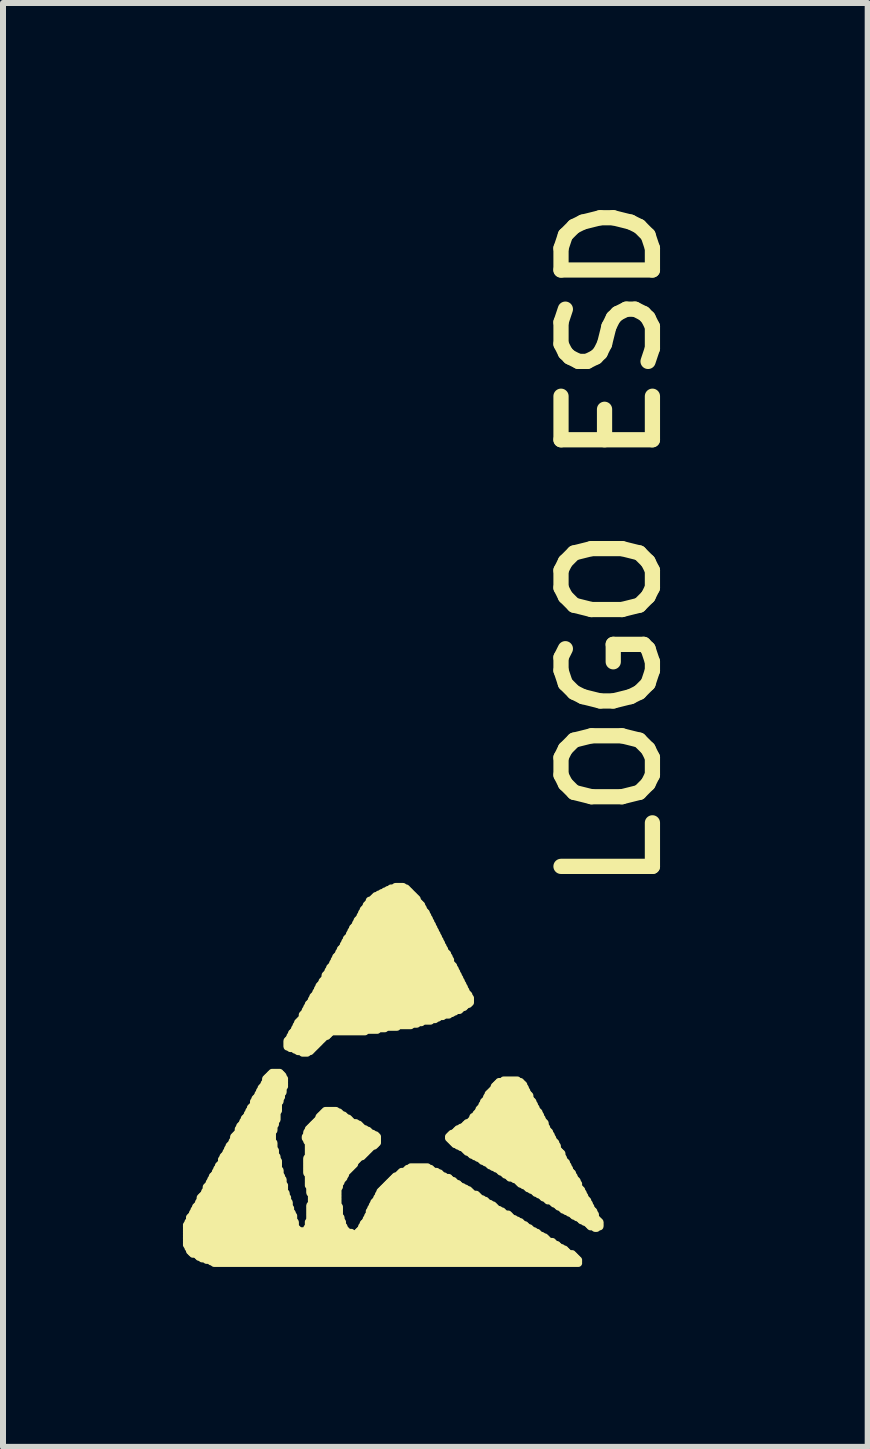
<source format=kicad_pcb>
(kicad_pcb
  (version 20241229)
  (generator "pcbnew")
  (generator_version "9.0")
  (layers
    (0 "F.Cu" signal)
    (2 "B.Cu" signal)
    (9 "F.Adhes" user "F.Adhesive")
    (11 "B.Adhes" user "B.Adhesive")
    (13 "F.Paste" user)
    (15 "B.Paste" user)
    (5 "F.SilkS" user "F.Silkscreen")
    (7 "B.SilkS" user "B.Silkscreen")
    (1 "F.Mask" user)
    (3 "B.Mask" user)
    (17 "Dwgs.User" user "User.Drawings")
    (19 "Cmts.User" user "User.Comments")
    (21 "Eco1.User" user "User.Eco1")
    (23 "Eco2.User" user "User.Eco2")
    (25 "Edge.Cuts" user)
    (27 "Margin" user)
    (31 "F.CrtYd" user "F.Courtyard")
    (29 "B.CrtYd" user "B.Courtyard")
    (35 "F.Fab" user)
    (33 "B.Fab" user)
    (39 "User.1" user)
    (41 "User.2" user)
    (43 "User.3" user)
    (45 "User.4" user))
  (footprint "LOGO ESD"
    (layer "F.Cu")
    (at 3.289 15.416)
    (property "Reference" "LOGO ESD" (at 4.737 -3.493 90) (unlocked yes) (layer "F.SilkS") (effects (font (size 1.524 1.524) (thickness 0.254)) (justify left bottom)))
    (fp_line (start -1.803 0.406) (end -2.362 0.406) (stroke (width 0.127) (type solid)) (layer "F.SilkS"))
    (fp_line (start -1.803 0.432) (end -2.388 0.432) (stroke (width 0.127) (type solid)) (layer "F.SilkS"))
    (fp_line (start -1.803 0.457) (end -2.413 0.457) (stroke (width 0.127) (type solid)) (layer "F.SilkS"))
    (fp_line (start -1.803 0.483) (end -2.438 0.483) (stroke (width 0.127) (type solid)) (layer "F.SilkS"))
    (fp_line (start -1.803 0.508) (end -2.438 0.508) (stroke (width 0.127) (type solid)) (layer "F.SilkS"))
    (fp_line (start -1.803 0.533) (end -2.438 0.533) (stroke (width 0.127) (type solid)) (layer "F.SilkS"))
    (fp_line (start -1.803 0.559) (end -2.464 0.559) (stroke (width 0.127) (type solid)) (layer "F.SilkS"))
    (fp_line (start -1.778 0.305) (end -2.337 0.305) (stroke (width 0.127) (type solid)) (layer "F.SilkS"))
    (fp_line (start -1.778 0.33) (end -2.337 0.33) (stroke (width 0.127) (type solid)) (layer "F.SilkS"))
    (fp_line (start -1.778 0.356) (end -2.362 0.356) (stroke (width 0.127) (type solid)) (layer "F.SilkS"))
    (fp_line (start -1.778 0.381) (end -2.362 0.381) (stroke (width 0.127) (type solid)) (layer "F.SilkS"))
    (fp_line (start -1.778 0.584) (end -2.464 0.584) (stroke (width 0.127) (type solid)) (layer "F.SilkS"))
    (fp_line (start -1.778 0.61) (end -2.489 0.61) (stroke (width 0.127) (type solid)) (layer "F.SilkS"))
    (fp_line (start -1.778 0.635) (end -2.515 0.635) (stroke (width 0.127) (type solid)) (layer "F.SilkS"))
    (fp_line (start -1.778 0.66) (end -2.515 0.66) (stroke (width 0.127) (type solid)) (layer "F.SilkS"))
    (fp_line (start -1.778 0.686) (end -2.54 0.686) (stroke (width 0.127) (type solid)) (layer "F.SilkS"))
    (fp_line (start -1.753 0.229) (end -2.286 0.229) (stroke (width 0.127) (type solid)) (layer "F.SilkS"))
    (fp_line (start -1.753 0.254) (end -2.286 0.254) (stroke (width 0.127) (type solid)) (layer "F.SilkS"))
    (fp_line (start -1.753 0.279) (end -2.311 0.279) (stroke (width 0.127) (type solid)) (layer "F.SilkS"))
    (fp_line (start -1.753 0.711) (end -2.54 0.711) (stroke (width 0.127) (type solid)) (layer "F.SilkS"))
    (fp_line (start -1.753 0.737) (end -2.565 0.737) (stroke (width 0.127) (type solid)) (layer "F.SilkS"))
    (fp_line (start -1.753 0.762) (end -2.565 0.762) (stroke (width 0.127) (type solid)) (layer "F.SilkS"))
    (fp_line (start -1.753 0.787) (end -2.591 0.787) (stroke (width 0.127) (type solid)) (layer "F.SilkS"))
    (fp_line (start -1.727 0.076) (end -2.184 0.076) (stroke (width 0.127) (type solid)) (layer "F.SilkS"))
    (fp_line (start -1.727 0.102) (end -2.21 0.102) (stroke (width 0.127) (type solid)) (layer "F.SilkS"))
    (fp_line (start -1.727 0.127) (end -2.21 0.127) (stroke (width 0.127) (type solid)) (layer "F.SilkS"))
    (fp_line (start -1.727 0.152) (end -2.235 0.152) (stroke (width 0.127) (type solid)) (layer "F.SilkS"))
    (fp_line (start -1.727 0.178) (end -2.261 0.178) (stroke (width 0.127) (type solid)) (layer "F.SilkS"))
    (fp_line (start -1.727 0.203) (end -2.261 0.203) (stroke (width 0.127) (type solid)) (layer "F.SilkS"))
    (fp_line (start -1.727 0.813) (end -2.616 0.813) (stroke (width 0.127) (type solid)) (layer "F.SilkS"))
    (fp_line (start -1.727 0.838) (end -2.616 0.838) (stroke (width 0.127) (type solid)) (layer "F.SilkS"))
    (fp_line (start -1.727 0.864) (end -2.642 0.864) (stroke (width 0.127) (type solid)) (layer "F.SilkS"))
    (fp_line (start -1.702 -0.076) (end -2.108 -0.076) (stroke (width 0.127) (type solid)) (layer "F.SilkS"))
    (fp_line (start -1.702 -0.051) (end -2.108 -0.051) (stroke (width 0.127) (type solid)) (layer "F.SilkS"))
    (fp_line (start -1.702 -0.025) (end -2.134 -0.025) (stroke (width 0.127) (type solid)) (layer "F.SilkS"))
    (fp_line (start -1.702 0) (end -2.159 0) (stroke (width 0.127) (type solid)) (layer "F.SilkS"))
    (fp_line (start -1.702 0.025) (end -2.159 0.025) (stroke (width 0.127) (type solid)) (layer "F.SilkS"))
    (fp_line (start -1.702 0.051) (end -2.184 0.051) (stroke (width 0.127) (type solid)) (layer "F.SilkS"))
    (fp_line (start -1.702 0.889) (end -2.642 0.889) (stroke (width 0.127) (type solid)) (layer "F.SilkS"))
    (fp_line (start -1.702 0.914) (end -2.642 0.914) (stroke (width 0.127) (type solid)) (layer "F.SilkS"))
    (fp_line (start -1.702 0.94) (end -2.667 0.94) (stroke (width 0.127) (type solid)) (layer "F.SilkS"))
    (fp_line (start -1.702 0.965) (end -2.692 0.965) (stroke (width 0.127) (type solid)) (layer "F.SilkS"))
    (fp_line (start -1.702 0.991) (end -2.692 0.991) (stroke (width 0.127) (type solid)) (layer "F.SilkS"))
    (fp_line (start -1.702 1.016) (end -2.718 1.016) (stroke (width 0.127) (type solid)) (layer "F.SilkS"))
    (fp_line (start -1.676 -0.584) (end -1.803 -0.584) (stroke (width 0.127) (type solid)) (layer "F.SilkS"))
    (fp_line (start -1.676 -0.152) (end -2.083 -0.152) (stroke (width 0.127) (type solid)) (layer "F.SilkS"))
    (fp_line (start -1.676 -0.127) (end -2.083 -0.127) (stroke (width 0.127) (type solid)) (layer "F.SilkS"))
    (fp_line (start -1.676 -0.102) (end -2.108 -0.102) (stroke (width 0.127) (type solid)) (layer "F.SilkS"))
    (fp_line (start -1.676 1.041) (end -2.718 1.041) (stroke (width 0.127) (type solid)) (layer "F.SilkS"))
    (fp_line (start -1.676 1.067) (end -2.743 1.067) (stroke (width 0.127) (type solid)) (layer "F.SilkS"))
    (fp_line (start -1.676 1.092) (end -2.743 1.092) (stroke (width 0.127) (type solid)) (layer "F.SilkS"))
    (fp_line (start -1.676 1.118) (end -2.769 1.118) (stroke (width 0.127) (type solid)) (layer "F.SilkS"))
    (fp_line (start -1.651 -0.559) (end -1.829 -0.559) (stroke (width 0.127) (type solid)) (layer "F.SilkS"))
    (fp_line (start -1.651 -0.229) (end -2.032 -0.229) (stroke (width 0.127) (type solid)) (layer "F.SilkS"))
    (fp_line (start -1.651 -0.203) (end -2.032 -0.203) (stroke (width 0.127) (type solid)) (layer "F.SilkS"))
    (fp_line (start -1.651 -0.178) (end -2.057 -0.178) (stroke (width 0.127) (type solid)) (layer "F.SilkS"))
    (fp_line (start -1.651 1.143) (end -2.794 1.143) (stroke (width 0.127) (type solid)) (layer "F.SilkS"))
    (fp_line (start -1.651 1.168) (end -2.794 1.168) (stroke (width 0.127) (type solid)) (layer "F.SilkS"))
    (fp_line (start -1.626 -0.533) (end -1.854 -0.533) (stroke (width 0.127) (type solid)) (layer "F.SilkS"))
    (fp_line (start -1.626 -0.508) (end -1.88 -0.508) (stroke (width 0.127) (type solid)) (layer "F.SilkS"))
    (fp_line (start -1.626 -0.33) (end -1.981 -0.33) (stroke (width 0.127) (type solid)) (layer "F.SilkS"))
    (fp_line (start -1.626 -0.305) (end -1.981 -0.305) (stroke (width 0.127) (type solid)) (layer "F.SilkS"))
    (fp_line (start -1.626 -0.279) (end -2.007 -0.279) (stroke (width 0.127) (type solid)) (layer "F.SilkS"))
    (fp_line (start -1.626 -0.254) (end -2.007 -0.254) (stroke (width 0.127) (type solid)) (layer "F.SilkS"))
    (fp_line (start -1.626 1.194) (end -2.819 1.194) (stroke (width 0.127) (type solid)) (layer "F.SilkS"))
    (fp_line (start -1.626 1.219) (end -2.819 1.219) (stroke (width 0.127) (type solid)) (layer "F.SilkS"))
    (fp_line (start -1.626 1.245) (end -2.845 1.245) (stroke (width 0.127) (type solid)) (layer "F.SilkS"))
    (fp_line (start -1.626 1.27) (end -2.845 1.27) (stroke (width 0.127) (type solid)) (layer "F.SilkS"))
    (fp_line (start -1.6 -0.483) (end -1.905 -0.483) (stroke (width 0.127) (type solid)) (layer "F.SilkS"))
    (fp_line (start -1.6 -0.457) (end -1.905 -0.457) (stroke (width 0.127) (type solid)) (layer "F.SilkS"))
    (fp_line (start -1.6 -0.432) (end -1.905 -0.432) (stroke (width 0.127) (type solid)) (layer "F.SilkS"))
    (fp_line (start -1.6 -0.406) (end -1.93 -0.406) (stroke (width 0.127) (type solid)) (layer "F.SilkS"))
    (fp_line (start -1.6 -0.381) (end -1.93 -0.381) (stroke (width 0.127) (type solid)) (layer "F.SilkS"))
    (fp_line (start -1.6 -0.356) (end -1.956 -0.356) (stroke (width 0.127) (type solid)) (layer "F.SilkS"))
    (fp_line (start -1.6 1.295) (end -2.87 1.295) (stroke (width 0.127) (type solid)) (layer "F.SilkS"))
    (fp_line (start -1.6 1.321) (end -2.896 1.321) (stroke (width 0.127) (type solid)) (layer "F.SilkS"))
    (fp_line (start -1.6 1.346) (end -2.896 1.346) (stroke (width 0.127) (type solid)) (layer "F.SilkS"))
    (fp_line (start -1.6 1.372) (end -2.896 1.372) (stroke (width 0.127) (type solid)) (layer "F.SilkS"))
    (fp_line (start -1.6 1.397) (end -2.921 1.397) (stroke (width 0.127) (type solid)) (layer "F.SilkS"))
    (fp_line (start -1.575 1.422) (end -2.921 1.422) (stroke (width 0.127) (type solid)) (layer "F.SilkS"))
    (fp_line (start -1.575 1.448) (end -2.946 1.448) (stroke (width 0.127) (type solid)) (layer "F.SilkS"))
    (fp_line (start -1.575 1.473) (end -2.972 1.473) (stroke (width 0.127) (type solid)) (layer "F.SilkS"))
    (fp_line (start -1.549 1.499) (end -2.997 1.499) (stroke (width 0.127) (type solid)) (layer "F.SilkS"))
    (fp_line (start -1.549 1.524) (end -2.997 1.524) (stroke (width 0.127) (type solid)) (layer "F.SilkS"))
    (fp_line (start -1.549 1.549) (end -2.997 1.549) (stroke (width 0.127) (type solid)) (layer "F.SilkS"))
    (fp_line (start -1.524 1.575) (end -3.023 1.575) (stroke (width 0.127) (type solid)) (layer "F.SilkS"))
    (fp_line (start -1.524 1.6) (end -3.023 1.6) (stroke (width 0.127) (type solid)) (layer "F.SilkS"))
    (fp_line (start -1.524 1.626) (end -3.048 1.626) (stroke (width 0.127) (type solid)) (layer "F.SilkS"))
    (fp_line (start -1.524 1.651) (end -3.073 1.651) (stroke (width 0.127) (type solid)) (layer "F.SilkS"))
    (fp_line (start -1.499 1.676) (end -3.073 1.676) (stroke (width 0.127) (type solid)) (layer "F.SilkS"))
    (fp_line (start -1.499 1.702) (end -3.099 1.702) (stroke (width 0.127) (type solid)) (layer "F.SilkS"))
    (fp_line (start -1.499 1.727) (end -3.099 1.727) (stroke (width 0.127) (type solid)) (layer "F.SilkS"))
    (fp_line (start -1.473 1.753) (end -3.124 1.753) (stroke (width 0.127) (type solid)) (layer "F.SilkS"))
    (fp_line (start -1.473 1.778) (end -3.124 1.778) (stroke (width 0.127) (type solid)) (layer "F.SilkS"))
    (fp_line (start -1.448 1.803) (end -3.15 1.803) (stroke (width 0.127) (type solid)) (layer "F.SilkS"))
    (fp_line (start -1.448 1.829) (end -3.175 1.829) (stroke (width 0.127) (type solid)) (layer "F.SilkS"))
    (fp_line (start -1.448 1.854) (end -3.175 1.854) (stroke (width 0.127) (type solid)) (layer "F.SilkS"))
    (fp_line (start -1.448 1.88) (end -3.175 1.88) (stroke (width 0.127) (type solid)) (layer "F.SilkS"))
    (fp_line (start -1.422 1.905) (end -3.2 1.905) (stroke (width 0.127) (type solid)) (layer "F.SilkS"))
    (fp_line (start -1.422 1.93) (end -3.2 1.93) (stroke (width 0.127) (type solid)) (layer "F.SilkS"))
    (fp_line (start -1.422 1.956) (end -3.226 1.956) (stroke (width 0.127) (type solid)) (layer "F.SilkS"))
    (fp_line (start -1.422 1.981) (end -3.226 1.981) (stroke (width 0.127) (type solid)) (layer "F.SilkS"))
    (fp_line (start -1.397 2.007) (end -3.226 2.007) (stroke (width 0.127) (type solid)) (layer "F.SilkS"))
    (fp_line (start -1.372 2.032) (end -3.226 2.032) (stroke (width 0.127) (type solid)) (layer "F.SilkS"))
    (fp_line (start -1.219 -0.914) (end -1.295 -0.914) (stroke (width 0.127) (type solid)) (layer "F.SilkS"))
    (fp_line (start -1.168 -0.94) (end -1.372 -0.94) (stroke (width 0.127) (type solid)) (layer "F.SilkS"))
    (fp_line (start -1.143 -0.965) (end -1.422 -0.965) (stroke (width 0.127) (type solid)) (layer "F.SilkS"))
    (fp_line (start -1.118 -0.991) (end -1.499 -0.991) (stroke (width 0.127) (type solid)) (layer "F.SilkS"))
    (fp_line (start -1.092 -1.016) (end -1.549 -1.016) (stroke (width 0.127) (type solid)) (layer "F.SilkS"))
    (fp_line (start -1.067 -1.041) (end -1.549 -1.041) (stroke (width 0.127) (type solid)) (layer "F.SilkS"))
    (fp_line (start -1.041 -1.067) (end -1.549 -1.067) (stroke (width 0.127) (type solid)) (layer "F.SilkS"))
    (fp_line (start -1.016 -1.092) (end -1.549 -1.092) (stroke (width 0.127) (type solid)) (layer "F.SilkS"))
    (fp_line (start -0.991 -1.118) (end -1.549 -1.118) (stroke (width 0.127) (type solid)) (layer "F.SilkS"))
    (fp_line (start -0.965 -1.143) (end -1.524 -1.143) (stroke (width 0.127) (type solid)) (layer "F.SilkS"))
    (fp_line (start -0.94 -1.168) (end -1.499 -1.168) (stroke (width 0.127) (type solid)) (layer "F.SilkS"))
    (fp_line (start -0.889 -1.194) (end -1.499 -1.194) (stroke (width 0.127) (type solid)) (layer "F.SilkS"))
    (fp_line (start -0.864 -1.219) (end -1.473 -1.219) (stroke (width 0.127) (type solid)) (layer "F.SilkS"))
    (fp_line (start -0.838 -1.245) (end -1.473 -1.245) (stroke (width 0.127) (type solid)) (layer "F.SilkS"))
    (fp_line (start -0.737 0.051) (end -0.914 0.051) (stroke (width 0.127) (type solid)) (layer "F.SilkS"))
    (fp_line (start -0.711 1.346) (end -1.168 1.346) (stroke (width 0.127) (type solid)) (layer "F.SilkS"))
    (fp_line (start -0.711 1.372) (end -1.168 1.372) (stroke (width 0.127) (type solid)) (layer "F.SilkS"))
    (fp_line (start -0.711 1.397) (end -1.168 1.397) (stroke (width 0.127) (type solid)) (layer "F.SilkS"))
    (fp_line (start -0.711 1.422) (end -1.168 1.422) (stroke (width 0.127) (type solid)) (layer "F.SilkS"))
    (fp_line (start -0.711 1.448) (end -1.143 1.448) (stroke (width 0.127) (type solid)) (layer "F.SilkS"))
    (fp_line (start -0.711 1.473) (end -1.143 1.473) (stroke (width 0.127) (type solid)) (layer "F.SilkS"))
    (fp_line (start -0.711 1.499) (end -1.143 1.499) (stroke (width 0.127) (type solid)) (layer "F.SilkS"))
    (fp_line (start -0.711 1.524) (end -1.143 1.524) (stroke (width 0.127) (type solid)) (layer "F.SilkS"))
    (fp_line (start -0.711 1.549) (end -1.143 1.549) (stroke (width 0.127) (type solid)) (layer "F.SilkS"))
    (fp_line (start -0.711 1.575) (end -1.143 1.575) (stroke (width 0.127) (type solid)) (layer "F.SilkS"))
    (fp_line (start -0.711 1.6) (end -1.143 1.6) (stroke (width 0.127) (type solid)) (layer "F.SilkS"))
    (fp_line (start -0.711 1.626) (end -1.168 1.626) (stroke (width 0.127) (type solid)) (layer "F.SilkS"))
    (fp_line (start -0.686 0.076) (end -0.94 0.076) (stroke (width 0.127) (type solid)) (layer "F.SilkS"))
    (fp_line (start -0.686 1.27) (end -1.194 1.27) (stroke (width 0.127) (type solid)) (layer "F.SilkS"))
    (fp_line (start -0.686 1.295) (end -1.194 1.295) (stroke (width 0.127) (type solid)) (layer "F.SilkS"))
    (fp_line (start -0.686 1.321) (end -1.168 1.321) (stroke (width 0.127) (type solid)) (layer "F.SilkS"))
    (fp_line (start -0.686 1.651) (end -1.168 1.651) (stroke (width 0.127) (type solid)) (layer "F.SilkS"))
    (fp_line (start -0.686 1.676) (end -1.168 1.676) (stroke (width 0.127) (type solid)) (layer "F.SilkS"))
    (fp_line (start -0.686 1.702) (end -1.168 1.702) (stroke (width 0.127) (type solid)) (layer "F.SilkS"))
    (fp_line (start -0.686 1.727) (end -1.168 1.727) (stroke (width 0.127) (type solid)) (layer "F.SilkS"))
    (fp_line (start -0.686 1.753) (end -1.168 1.753) (stroke (width 0.127) (type solid)) (layer "F.SilkS"))
    (fp_line (start -0.686 1.778) (end -1.168 1.778) (stroke (width 0.127) (type solid)) (layer "F.SilkS"))
    (fp_line (start -0.686 1.803) (end -1.168 1.803) (stroke (width 0.127) (type solid)) (layer "F.SilkS"))
    (fp_line (start -0.66 0.102) (end -0.965 0.102) (stroke (width 0.127) (type solid)) (layer "F.SilkS"))
    (fp_line (start -0.66 1.219) (end -1.194 1.219) (stroke (width 0.127) (type solid)) (layer "F.SilkS"))
    (fp_line (start -0.66 1.245) (end -1.194 1.245) (stroke (width 0.127) (type solid)) (layer "F.SilkS"))
    (fp_line (start -0.66 1.829) (end -1.168 1.829) (stroke (width 0.127) (type solid)) (layer "F.SilkS"))
    (fp_line (start -0.66 1.854) (end -1.168 1.854) (stroke (width 0.127) (type solid)) (layer "F.SilkS"))
    (fp_line (start -0.66 1.88) (end -1.168 1.88) (stroke (width 0.127) (type solid)) (layer "F.SilkS"))
    (fp_line (start -0.635 1.194) (end -1.194 1.194) (stroke (width 0.127) (type solid)) (layer "F.SilkS"))
    (fp_line (start -0.635 1.905) (end -1.194 1.905) (stroke (width 0.127) (type solid)) (layer "F.SilkS"))
    (fp_line (start -0.635 1.93) (end -1.194 1.93) (stroke (width 0.127) (type solid)) (layer "F.SilkS"))
    (fp_line (start -0.635 1.956) (end -1.194 1.956) (stroke (width 0.127) (type solid)) (layer "F.SilkS"))
    (fp_line (start -0.61 0.127) (end -0.991 0.127) (stroke (width 0.127) (type solid)) (layer "F.SilkS"))
    (fp_line (start -0.61 1.143) (end -1.194 1.143) (stroke (width 0.127) (type solid)) (layer "F.SilkS"))
    (fp_line (start -0.61 1.168) (end -1.194 1.168) (stroke (width 0.127) (type solid)) (layer "F.SilkS"))
    (fp_line (start -0.61 1.981) (end -1.194 1.981) (stroke (width 0.127) (type solid)) (layer "F.SilkS"))
    (fp_line (start -0.61 2.007) (end -1.219 2.007) (stroke (width 0.127) (type solid)) (layer "F.SilkS"))
    (fp_line (start -0.584 0.152) (end -1.016 0.152) (stroke (width 0.127) (type solid)) (layer "F.SilkS"))
    (fp_line (start -0.584 1.092) (end -1.219 1.092) (stroke (width 0.127) (type solid)) (layer "F.SilkS"))
    (fp_line (start -0.584 1.118) (end -1.194 1.118) (stroke (width 0.127) (type solid)) (layer "F.SilkS"))
    (fp_line (start -0.584 2.032) (end -1.219 2.032) (stroke (width 0.127) (type solid)) (layer "F.SilkS"))
    (fp_line (start -0.559 1.067) (end -1.219 1.067) (stroke (width 0.127) (type solid)) (layer "F.SilkS"))
    (fp_line (start -0.559 2.057) (end -3.226 2.057) (stroke (width 0.127) (type solid)) (layer "F.SilkS"))
    (fp_line (start -0.533 0.178) (end -1.016 0.178) (stroke (width 0.127) (type solid)) (layer "F.SilkS"))
    (fp_line (start -0.533 1.041) (end -1.219 1.041) (stroke (width 0.127) (type solid)) (layer "F.SilkS"))
    (fp_line (start -0.508 0.203) (end -1.041 0.203) (stroke (width 0.127) (type solid)) (layer "F.SilkS"))
    (fp_line (start -0.508 1.016) (end -1.219 1.016) (stroke (width 0.127) (type solid)) (layer "F.SilkS"))
    (fp_line (start -0.483 0.229) (end -1.067 0.229) (stroke (width 0.127) (type solid)) (layer "F.SilkS"))
    (fp_line (start -0.483 0.991) (end -1.219 0.991) (stroke (width 0.127) (type solid)) (layer "F.SilkS"))
    (fp_line (start -0.483 2.083) (end -3.226 2.083) (stroke (width 0.127) (type solid)) (layer "F.SilkS"))
    (fp_line (start -0.457 0.965) (end -1.219 0.965) (stroke (width 0.127) (type solid)) (layer "F.SilkS"))
    (fp_line (start -0.432 0.914) (end -1.219 0.914) (stroke (width 0.127) (type solid)) (layer "F.SilkS"))
    (fp_line (start -0.432 0.94) (end -1.219 0.94) (stroke (width 0.127) (type solid)) (layer "F.SilkS"))
    (fp_line (start -0.406 0.254) (end -1.092 0.254) (stroke (width 0.127) (type solid)) (layer "F.SilkS"))
    (fp_line (start -0.406 0.889) (end -1.219 0.889) (stroke (width 0.127) (type solid)) (layer "F.SilkS"))
    (fp_line (start -0.381 0.864) (end -1.219 0.864) (stroke (width 0.127) (type solid)) (layer "F.SilkS"))
    (fp_line (start -0.356 0.279) (end -1.118 0.279) (stroke (width 0.127) (type solid)) (layer "F.SilkS"))
    (fp_line (start -0.356 0.838) (end -1.219 0.838) (stroke (width 0.127) (type solid)) (layer "F.SilkS"))
    (fp_line (start -0.33 0.305) (end -1.143 0.305) (stroke (width 0.127) (type solid)) (layer "F.SilkS"))
    (fp_line (start -0.305 0.33) (end -1.168 0.33) (stroke (width 0.127) (type solid)) (layer "F.SilkS"))
    (fp_line (start -0.305 0.813) (end -1.194 0.813) (stroke (width 0.127) (type solid)) (layer "F.SilkS"))
    (fp_line (start -0.279 0.787) (end -1.194 0.787) (stroke (width 0.127) (type solid)) (layer "F.SilkS"))
    (fp_line (start -0.254 -1.27) (end -1.448 -1.27) (stroke (width 0.127) (type solid)) (layer "F.SilkS"))
    (fp_line (start -0.254 0.356) (end -1.194 0.356) (stroke (width 0.127) (type solid)) (layer "F.SilkS"))
    (fp_line (start -0.254 0.762) (end -1.194 0.762) (stroke (width 0.127) (type solid)) (layer "F.SilkS"))
    (fp_line (start -0.229 0.737) (end -1.194 0.737) (stroke (width 0.127) (type solid)) (layer "F.SilkS"))
    (fp_line (start -0.203 0.381) (end -1.194 0.381) (stroke (width 0.127) (type solid)) (layer "F.SilkS"))
    (fp_line (start -0.203 0.711) (end -1.194 0.711) (stroke (width 0.127) (type solid)) (layer "F.SilkS"))
    (fp_line (start -0.178 0.406) (end -1.219 0.406) (stroke (width 0.127) (type solid)) (layer "F.SilkS"))
    (fp_line (start -0.178 0.686) (end -1.194 0.686) (stroke (width 0.127) (type solid)) (layer "F.SilkS"))
    (fp_line (start -0.152 0.66) (end -1.194 0.66) (stroke (width 0.127) (type solid)) (layer "F.SilkS"))
    (fp_line (start -0.127 0.432) (end -1.219 0.432) (stroke (width 0.127) (type solid)) (layer "F.SilkS"))
    (fp_line (start -0.102 0.635) (end -1.194 0.635) (stroke (width 0.127) (type solid)) (layer "F.SilkS"))
    (fp_line (start -0.076 0.457) (end -1.219 0.457) (stroke (width 0.127) (type solid)) (layer "F.SilkS"))
    (fp_line (start -0.076 0.61) (end -1.194 0.61) (stroke (width 0.127) (type solid)) (layer "F.SilkS"))
    (fp_line (start -0.051 -1.295) (end -1.422 -1.295) (stroke (width 0.127) (type solid)) (layer "F.SilkS"))
    (fp_line (start -0.051 0.483) (end -1.245 0.483) (stroke (width 0.127) (type solid)) (layer "F.SilkS"))
    (fp_line (start -0.051 0.508) (end -1.245 0.508) (stroke (width 0.127) (type solid)) (layer "F.SilkS"))
    (fp_line (start -0.051 0.533) (end -1.219 0.533) (stroke (width 0.127) (type solid)) (layer "F.SilkS"))
    (fp_line (start -0.051 0.559) (end -1.219 0.559) (stroke (width 0.127) (type solid)) (layer "F.SilkS"))
    (fp_line (start -0.051 0.584) (end -1.194 0.584) (stroke (width 0.127) (type solid)) (layer "F.SilkS"))
    (fp_line (start 0.076 -1.321) (end -1.422 -1.321) (stroke (width 0.127) (type solid)) (layer "F.SilkS"))
    (fp_line (start 0.279 -1.346) (end -1.397 -1.346) (stroke (width 0.127) (type solid)) (layer "F.SilkS"))
    (fp_line (start 0.381 -3.683) (end 0.254 -3.683) (stroke (width 0.127) (type solid)) (layer "F.SilkS"))
    (fp_line (start 0.432 -3.658) (end 0.178 -3.658) (stroke (width 0.127) (type solid)) (layer "F.SilkS"))
    (fp_line (start 0.457 -3.632) (end 0.127 -3.632) (stroke (width 0.127) (type solid)) (layer "F.SilkS"))
    (fp_line (start 0.483 -3.607) (end 0.076 -3.607) (stroke (width 0.127) (type solid)) (layer "F.SilkS"))
    (fp_line (start 0.508 -3.581) (end 0.025 -3.581) (stroke (width 0.127) (type solid)) (layer "F.SilkS"))
    (fp_line (start 0.508 -1.372) (end -1.397 -1.372) (stroke (width 0.127) (type solid)) (layer "F.SilkS"))
    (fp_line (start 0.533 -3.556) (end -0.025 -3.556) (stroke (width 0.127) (type solid)) (layer "F.SilkS"))
    (fp_line (start 0.559 -3.531) (end -0.076 -3.531) (stroke (width 0.127) (type solid)) (layer "F.SilkS"))
    (fp_line (start 0.584 -3.505) (end -0.102 -3.505) (stroke (width 0.127) (type solid)) (layer "F.SilkS"))
    (fp_line (start 0.61 -3.48) (end -0.127 -3.48) (stroke (width 0.127) (type solid)) (layer "F.SilkS"))
    (fp_line (start 0.61 -3.454) (end -0.178 -3.454) (stroke (width 0.127) (type solid)) (layer "F.SilkS"))
    (fp_line (start 0.61 -1.397) (end -1.372 -1.397) (stroke (width 0.127) (type solid)) (layer "F.SilkS"))
    (fp_line (start 0.635 -3.429) (end -0.178 -3.429) (stroke (width 0.127) (type solid)) (layer "F.SilkS"))
    (fp_line (start 0.66 -3.404) (end -0.203 -3.404) (stroke (width 0.127) (type solid)) (layer "F.SilkS"))
    (fp_line (start 0.686 -3.378) (end -0.229 -3.378) (stroke (width 0.127) (type solid)) (layer "F.SilkS"))
    (fp_line (start 0.686 -3.353) (end -0.229 -3.353) (stroke (width 0.127) (type solid)) (layer "F.SilkS"))
    (fp_line (start 0.686 -1.422) (end -1.372 -1.422) (stroke (width 0.127) (type solid)) (layer "F.SilkS"))
    (fp_line (start 0.711 -3.327) (end -0.254 -3.327) (stroke (width 0.127) (type solid)) (layer "F.SilkS"))
    (fp_line (start 0.711 -3.302) (end -0.279 -3.302) (stroke (width 0.127) (type solid)) (layer "F.SilkS"))
    (fp_line (start 0.737 -3.277) (end -0.279 -3.277) (stroke (width 0.127) (type solid)) (layer "F.SilkS"))
    (fp_line (start 0.762 -3.251) (end -0.305 -3.251) (stroke (width 0.127) (type solid)) (layer "F.SilkS"))
    (fp_line (start 0.762 -3.226) (end -0.305 -3.226) (stroke (width 0.127) (type solid)) (layer "F.SilkS"))
    (fp_line (start 0.787 -3.2) (end -0.33 -3.2) (stroke (width 0.127) (type solid)) (layer "F.SilkS"))
    (fp_line (start 0.787 -3.175) (end -0.33 -3.175) (stroke (width 0.127) (type solid)) (layer "F.SilkS"))
    (fp_line (start 0.787 0.991) (end 0.508 0.991) (stroke (width 0.127) (type solid)) (layer "F.SilkS"))
    (fp_line (start 0.813 -3.15) (end -0.356 -3.15) (stroke (width 0.127) (type solid)) (layer "F.SilkS"))
    (fp_line (start 0.813 -3.124) (end -0.381 -3.124) (stroke (width 0.127) (type solid)) (layer "F.SilkS"))
    (fp_line (start 0.838 -3.099) (end -0.381 -3.099) (stroke (width 0.127) (type solid)) (layer "F.SilkS"))
    (fp_line (start 0.838 -3.073) (end -0.406 -3.073) (stroke (width 0.127) (type solid)) (layer "F.SilkS"))
    (fp_line (start 0.838 -1.448) (end -1.346 -1.448) (stroke (width 0.127) (type solid)) (layer "F.SilkS"))
    (fp_line (start 0.838 1.016) (end 0.457 1.016) (stroke (width 0.127) (type solid)) (layer "F.SilkS"))
    (fp_line (start 0.864 -3.048) (end -0.406 -3.048) (stroke (width 0.127) (type solid)) (layer "F.SilkS"))
    (fp_line (start 0.864 -3.023) (end -0.432 -3.023) (stroke (width 0.127) (type solid)) (layer "F.SilkS"))
    (fp_line (start 0.864 1.041) (end 0.432 1.041) (stroke (width 0.127) (type solid)) (layer "F.SilkS"))
    (fp_line (start 0.889 -2.997) (end -0.457 -2.997) (stroke (width 0.127) (type solid)) (layer "F.SilkS"))
    (fp_line (start 0.889 -2.972) (end -0.457 -2.972) (stroke (width 0.127) (type solid)) (layer "F.SilkS"))
    (fp_line (start 0.914 -2.946) (end -0.483 -2.946) (stroke (width 0.127) (type solid)) (layer "F.SilkS"))
    (fp_line (start 0.914 -2.921) (end -0.483 -2.921) (stroke (width 0.127) (type solid)) (layer "F.SilkS"))
    (fp_line (start 0.914 -1.473) (end -1.321 -1.473) (stroke (width 0.127) (type solid)) (layer "F.SilkS"))
    (fp_line (start 0.94 -2.896) (end -0.508 -2.896) (stroke (width 0.127) (type solid)) (layer "F.SilkS"))
    (fp_line (start 0.94 -2.87) (end -0.508 -2.87) (stroke (width 0.127) (type solid)) (layer "F.SilkS"))
    (fp_line (start 0.94 1.067) (end 0.356 1.067) (stroke (width 0.127) (type solid)) (layer "F.SilkS"))
    (fp_line (start 0.965 -2.845) (end -0.533 -2.845) (stroke (width 0.127) (type solid)) (layer "F.SilkS"))
    (fp_line (start 0.965 -2.819) (end -0.559 -2.819) (stroke (width 0.127) (type solid)) (layer "F.SilkS"))
    (fp_line (start 0.965 -1.499) (end -1.295 -1.499) (stroke (width 0.127) (type solid)) (layer "F.SilkS"))
    (fp_line (start 0.991 -2.794) (end -0.559 -2.794) (stroke (width 0.127) (type solid)) (layer "F.SilkS"))
    (fp_line (start 0.991 -2.769) (end -0.584 -2.769) (stroke (width 0.127) (type solid)) (layer "F.SilkS"))
    (fp_line (start 0.991 1.092) (end 0.33 1.092) (stroke (width 0.127) (type solid)) (layer "F.SilkS"))
    (fp_line (start 1.016 -2.743) (end -0.584 -2.743) (stroke (width 0.127) (type solid)) (layer "F.SilkS"))
    (fp_line (start 1.016 -2.718) (end -0.61 -2.718) (stroke (width 0.127) (type solid)) (layer "F.SilkS"))
    (fp_line (start 1.016 1.118) (end 0.305 1.118) (stroke (width 0.127) (type solid)) (layer "F.SilkS"))
    (fp_line (start 1.041 -2.692) (end -0.61 -2.692) (stroke (width 0.127) (type solid)) (layer "F.SilkS"))
    (fp_line (start 1.041 -2.667) (end -0.635 -2.667) (stroke (width 0.127) (type solid)) (layer "F.SilkS"))
    (fp_line (start 1.041 -1.524) (end -1.295 -1.524) (stroke (width 0.127) (type solid)) (layer "F.SilkS"))
    (fp_line (start 1.067 -2.642) (end -0.66 -2.642) (stroke (width 0.127) (type solid)) (layer "F.SilkS"))
    (fp_line (start 1.067 -2.616) (end -0.66 -2.616) (stroke (width 0.127) (type solid)) (layer "F.SilkS"))
    (fp_line (start 1.067 1.143) (end 0.254 1.143) (stroke (width 0.127) (type solid)) (layer "F.SilkS"))
    (fp_line (start 1.092 -2.591) (end -0.686 -2.591) (stroke (width 0.127) (type solid)) (layer "F.SilkS"))
    (fp_line (start 1.118 -2.565) (end -0.686 -2.565) (stroke (width 0.127) (type solid)) (layer "F.SilkS"))
    (fp_line (start 1.118 -2.54) (end -0.711 -2.54) (stroke (width 0.127) (type solid)) (layer "F.SilkS"))
    (fp_line (start 1.143 -2.515) (end -0.737 -2.515) (stroke (width 0.127) (type solid)) (layer "F.SilkS"))
    (fp_line (start 1.143 -2.489) (end -0.737 -2.489) (stroke (width 0.127) (type solid)) (layer "F.SilkS"))
    (fp_line (start 1.143 -1.549) (end -1.295 -1.549) (stroke (width 0.127) (type solid)) (layer "F.SilkS"))
    (fp_line (start 1.143 1.168) (end 0.229 1.168) (stroke (width 0.127) (type solid)) (layer "F.SilkS"))
    (fp_line (start 1.168 -2.464) (end -0.762 -2.464) (stroke (width 0.127) (type solid)) (layer "F.SilkS"))
    (fp_line (start 1.168 -2.438) (end -0.762 -2.438) (stroke (width 0.127) (type solid)) (layer "F.SilkS"))
    (fp_line (start 1.168 -2.413) (end -0.787 -2.413) (stroke (width 0.127) (type solid)) (layer "F.SilkS"))
    (fp_line (start 1.168 1.194) (end 0.203 1.194) (stroke (width 0.127) (type solid)) (layer "F.SilkS"))
    (fp_line (start 1.194 -2.388) (end -0.787 -2.388) (stroke (width 0.127) (type solid)) (layer "F.SilkS"))
    (fp_line (start 1.194 -1.575) (end -1.27 -1.575) (stroke (width 0.127) (type solid)) (layer "F.SilkS"))
    (fp_line (start 1.219 -2.362) (end -0.813 -2.362) (stroke (width 0.127) (type solid)) (layer "F.SilkS"))
    (fp_line (start 1.219 -2.337) (end -0.838 -2.337) (stroke (width 0.127) (type solid)) (layer "F.SilkS"))
    (fp_line (start 1.219 1.219) (end 0.178 1.219) (stroke (width 0.127) (type solid)) (layer "F.SilkS"))
    (fp_line (start 1.245 -2.311) (end -0.838 -2.311) (stroke (width 0.127) (type solid)) (layer "F.SilkS"))
    (fp_line (start 1.245 -2.286) (end -0.864 -2.286) (stroke (width 0.127) (type solid)) (layer "F.SilkS"))
    (fp_line (start 1.245 -1.6) (end -1.245 -1.6) (stroke (width 0.127) (type solid)) (layer "F.SilkS"))
    (fp_line (start 1.245 1.245) (end 0.152 1.245) (stroke (width 0.127) (type solid)) (layer "F.SilkS"))
    (fp_line (start 1.27 -2.261) (end -0.864 -2.261) (stroke (width 0.127) (type solid)) (layer "F.SilkS"))
    (fp_line (start 1.27 -2.235) (end -0.889 -2.235) (stroke (width 0.127) (type solid)) (layer "F.SilkS"))
    (fp_line (start 1.295 -2.21) (end -0.914 -2.21) (stroke (width 0.127) (type solid)) (layer "F.SilkS"))
    (fp_line (start 1.295 -2.184) (end -0.914 -2.184) (stroke (width 0.127) (type solid)) (layer "F.SilkS"))
    (fp_line (start 1.295 1.27) (end 0.127 1.27) (stroke (width 0.127) (type solid)) (layer "F.SilkS"))
    (fp_line (start 1.321 -2.159) (end -0.914 -2.159) (stroke (width 0.127) (type solid)) (layer "F.SilkS"))
    (fp_line (start 1.321 -2.134) (end -0.94 -2.134) (stroke (width 0.127) (type solid)) (layer "F.SilkS"))
    (fp_line (start 1.321 -1.626) (end -1.245 -1.626) (stroke (width 0.127) (type solid)) (layer "F.SilkS"))
    (fp_line (start 1.321 1.295) (end 0.102 1.295) (stroke (width 0.127) (type solid)) (layer "F.SilkS"))
    (fp_line (start 1.346 -2.108) (end -0.965 -2.108) (stroke (width 0.127) (type solid)) (layer "F.SilkS"))
    (fp_line (start 1.346 -2.083) (end -0.965 -2.083) (stroke (width 0.127) (type solid)) (layer "F.SilkS"))
    (fp_line (start 1.346 -1.651) (end -1.219 -1.651) (stroke (width 0.127) (type solid)) (layer "F.SilkS"))
    (fp_line (start 1.372 -2.057) (end -0.991 -2.057) (stroke (width 0.127) (type solid)) (layer "F.SilkS"))
    (fp_line (start 1.372 -2.032) (end -1.016 -2.032) (stroke (width 0.127) (type solid)) (layer "F.SilkS"))
    (fp_line (start 1.372 1.321) (end 0.076 1.321) (stroke (width 0.127) (type solid)) (layer "F.SilkS"))
    (fp_line (start 1.397 -2.007) (end -1.016 -2.007) (stroke (width 0.127) (type solid)) (layer "F.SilkS"))
    (fp_line (start 1.397 -1.981) (end -1.041 -1.981) (stroke (width 0.127) (type solid)) (layer "F.SilkS"))
    (fp_line (start 1.397 -1.676) (end -1.219 -1.676) (stroke (width 0.127) (type solid)) (layer "F.SilkS"))
    (fp_line (start 1.422 -1.956) (end -1.041 -1.956) (stroke (width 0.127) (type solid)) (layer "F.SilkS"))
    (fp_line (start 1.422 -1.93) (end -1.067 -1.93) (stroke (width 0.127) (type solid)) (layer "F.SilkS"))
    (fp_line (start 1.422 -1.702) (end -1.194 -1.702) (stroke (width 0.127) (type solid)) (layer "F.SilkS"))
    (fp_line (start 1.422 1.346) (end 0.051 1.346) (stroke (width 0.127) (type solid)) (layer "F.SilkS"))
    (fp_line (start 1.448 -1.905) (end -1.067 -1.905) (stroke (width 0.127) (type solid)) (layer "F.SilkS"))
    (fp_line (start 1.473 -1.88) (end -1.092 -1.88) (stroke (width 0.127) (type solid)) (layer "F.SilkS"))
    (fp_line (start 1.473 -1.854) (end -1.118 -1.854) (stroke (width 0.127) (type solid)) (layer "F.SilkS"))
    (fp_line (start 1.473 -1.727) (end -1.194 -1.727) (stroke (width 0.127) (type solid)) (layer "F.SilkS"))
    (fp_line (start 1.473 1.372) (end 0.025 1.372) (stroke (width 0.127) (type solid)) (layer "F.SilkS"))
    (fp_line (start 1.499 -1.829) (end -1.118 -1.829) (stroke (width 0.127) (type solid)) (layer "F.SilkS"))
    (fp_line (start 1.499 -1.803) (end -1.143 -1.803) (stroke (width 0.127) (type solid)) (layer "F.SilkS"))
    (fp_line (start 1.499 -1.778) (end -1.143 -1.778) (stroke (width 0.127) (type solid)) (layer "F.SilkS"))
    (fp_line (start 1.499 -1.753) (end -1.168 -1.753) (stroke (width 0.127) (type solid)) (layer "F.SilkS"))
    (fp_line (start 1.499 1.397) (end 0 1.397) (stroke (width 0.127) (type solid)) (layer "F.SilkS"))
    (fp_line (start 1.524 1.422) (end 0 1.422) (stroke (width 0.127) (type solid)) (layer "F.SilkS"))
    (fp_line (start 1.6 1.448) (end -0.025 1.448) (stroke (width 0.127) (type solid)) (layer "F.SilkS"))
    (fp_line (start 1.626 1.473) (end -0.025 1.473) (stroke (width 0.127) (type solid)) (layer "F.SilkS"))
    (fp_line (start 1.651 1.499) (end -0.051 1.499) (stroke (width 0.127) (type solid)) (layer "F.SilkS"))
    (fp_line (start 1.702 1.524) (end -0.051 1.524) (stroke (width 0.127) (type solid)) (layer "F.SilkS"))
    (fp_line (start 1.753 1.549) (end -0.076 1.549) (stroke (width 0.127) (type solid)) (layer "F.SilkS"))
    (fp_line (start 1.778 1.575) (end -0.102 1.575) (stroke (width 0.127) (type solid)) (layer "F.SilkS"))
    (fp_line (start 1.829 1.6) (end -0.102 1.6) (stroke (width 0.127) (type solid)) (layer "F.SilkS"))
    (fp_line (start 1.88 1.626) (end -0.127 1.626) (stroke (width 0.127) (type solid)) (layer "F.SilkS"))
    (fp_line (start 1.905 1.651) (end -0.127 1.651) (stroke (width 0.127) (type solid)) (layer "F.SilkS"))
    (fp_line (start 1.93 1.676) (end -0.152 1.676) (stroke (width 0.127) (type solid)) (layer "F.SilkS"))
    (fp_line (start 1.981 1.702) (end -0.152 1.702) (stroke (width 0.127) (type solid)) (layer "F.SilkS"))
    (fp_line (start 2.032 1.727) (end -0.178 1.727) (stroke (width 0.127) (type solid)) (layer "F.SilkS"))
    (fp_line (start 2.057 1.753) (end -0.178 1.753) (stroke (width 0.127) (type solid)) (layer "F.SilkS"))
    (fp_line (start 2.134 1.778) (end -0.178 1.778) (stroke (width 0.127) (type solid)) (layer "F.SilkS"))
    (fp_line (start 2.159 1.803) (end -0.203 1.803) (stroke (width 0.127) (type solid)) (layer "F.SilkS"))
    (fp_line (start 2.184 1.829) (end -0.203 1.829) (stroke (width 0.127) (type solid)) (layer "F.SilkS"))
    (fp_line (start 2.235 1.854) (end -0.229 1.854) (stroke (width 0.127) (type solid)) (layer "F.SilkS"))
    (fp_line (start 2.286 -0.457) (end 2.057 -0.457) (stroke (width 0.127) (type solid)) (layer "F.SilkS"))
    (fp_line (start 2.286 1.88) (end -0.229 1.88) (stroke (width 0.127) (type solid)) (layer "F.SilkS"))
    (fp_line (start 2.337 -0.432) (end 1.981 -0.432) (stroke (width 0.127) (type solid)) (layer "F.SilkS"))
    (fp_line (start 2.337 1.905) (end -0.254 1.905) (stroke (width 0.127) (type solid)) (layer "F.SilkS"))
    (fp_line (start 2.362 -0.406) (end 1.956 -0.406) (stroke (width 0.127) (type solid)) (layer "F.SilkS"))
    (fp_line (start 2.362 1.93) (end -0.279 1.93) (stroke (width 0.127) (type solid)) (layer "F.SilkS"))
    (fp_line (start 2.388 -0.381) (end 1.93 -0.381) (stroke (width 0.127) (type solid)) (layer "F.SilkS"))
    (fp_line (start 2.388 -0.356) (end 1.905 -0.356) (stroke (width 0.127) (type solid)) (layer "F.SilkS"))
    (fp_line (start 2.413 -0.33) (end 1.905 -0.33) (stroke (width 0.127) (type solid)) (layer "F.SilkS"))
    (fp_line (start 2.413 -0.305) (end 1.88 -0.305) (stroke (width 0.127) (type solid)) (layer "F.SilkS"))
    (fp_line (start 2.413 1.956) (end -0.279 1.956) (stroke (width 0.127) (type solid)) (layer "F.SilkS"))
    (fp_line (start 2.438 -0.279) (end 1.854 -0.279) (stroke (width 0.127) (type solid)) (layer "F.SilkS"))
    (fp_line (start 2.438 -0.254) (end 1.829 -0.254) (stroke (width 0.127) (type solid)) (layer "F.SilkS"))
    (fp_line (start 2.438 1.981) (end -0.305 1.981) (stroke (width 0.127) (type solid)) (layer "F.SilkS"))
    (fp_line (start 2.464 -0.229) (end 1.803 -0.229) (stroke (width 0.127) (type solid)) (layer "F.SilkS"))
    (fp_line (start 2.489 -0.203) (end 1.803 -0.203) (stroke (width 0.127) (type solid)) (layer "F.SilkS"))
    (fp_line (start 2.489 -0.178) (end 1.778 -0.178) (stroke (width 0.127) (type solid)) (layer "F.SilkS"))
    (fp_line (start 2.489 -0.152) (end 1.778 -0.152) (stroke (width 0.127) (type solid)) (layer "F.SilkS"))
    (fp_line (start 2.489 2.007) (end -0.305 2.007) (stroke (width 0.127) (type solid)) (layer "F.SilkS"))
    (fp_line (start 2.515 -0.127) (end 1.753 -0.127) (stroke (width 0.127) (type solid)) (layer "F.SilkS"))
    (fp_line (start 2.515 2.032) (end -0.33 2.032) (stroke (width 0.127) (type solid)) (layer "F.SilkS"))
    (fp_line (start 2.54 -0.102) (end 1.727 -0.102) (stroke (width 0.127) (type solid)) (layer "F.SilkS"))
    (fp_line (start 2.54 -0.076) (end 1.727 -0.076) (stroke (width 0.127) (type solid)) (layer "F.SilkS"))
    (fp_line (start 2.565 -0.051) (end 1.702 -0.051) (stroke (width 0.127) (type solid)) (layer "F.SilkS"))
    (fp_line (start 2.565 -0.025) (end 1.702 -0.025) (stroke (width 0.127) (type solid)) (layer "F.SilkS"))
    (fp_line (start 2.565 2.057) (end -0.356 2.057) (stroke (width 0.127) (type solid)) (layer "F.SilkS"))
    (fp_line (start 2.591 0) (end 1.676 0) (stroke (width 0.127) (type solid)) (layer "F.SilkS"))
    (fp_line (start 2.591 0.025) (end 1.651 0.025) (stroke (width 0.127) (type solid)) (layer "F.SilkS"))
    (fp_line (start 2.616 0.051) (end 1.651 0.051) (stroke (width 0.127) (type solid)) (layer "F.SilkS"))
    (fp_line (start 2.616 2.083) (end -0.381 2.083) (stroke (width 0.127) (type solid)) (layer "F.SilkS"))
    (fp_line (start 2.642 0.076) (end 1.626 0.076) (stroke (width 0.127) (type solid)) (layer "F.SilkS"))
    (fp_line (start 2.642 0.102) (end 1.6 0.102) (stroke (width 0.127) (type solid)) (layer "F.SilkS"))
    (fp_line (start 2.642 2.108) (end -3.226 2.108) (stroke (width 0.127) (type solid)) (layer "F.SilkS"))
    (fp_line (start 2.667 0.127) (end 1.6 0.127) (stroke (width 0.127) (type solid)) (layer "F.SilkS"))
    (fp_line (start 2.667 0.152) (end 1.549 0.152) (stroke (width 0.127) (type solid)) (layer "F.SilkS"))
    (fp_line (start 2.692 0.178) (end 1.549 0.178) (stroke (width 0.127) (type solid)) (layer "F.SilkS"))
    (fp_line (start 2.692 0.203) (end 1.524 0.203) (stroke (width 0.127) (type solid)) (layer "F.SilkS"))
    (fp_line (start 2.692 2.134) (end -3.226 2.134) (stroke (width 0.127) (type solid)) (layer "F.SilkS"))
    (fp_line (start 2.718 0.229) (end 1.499 0.229) (stroke (width 0.127) (type solid)) (layer "F.SilkS"))
    (fp_line (start 2.743 0.254) (end 1.448 0.254) (stroke (width 0.127) (type solid)) (layer "F.SilkS"))
    (fp_line (start 2.743 0.279) (end 1.422 0.279) (stroke (width 0.127) (type solid)) (layer "F.SilkS"))
    (fp_line (start 2.743 0.305) (end 1.397 0.305) (stroke (width 0.127) (type solid)) (layer "F.SilkS"))
    (fp_line (start 2.743 2.159) (end -3.226 2.159) (stroke (width 0.127) (type solid)) (layer "F.SilkS"))
    (fp_line (start 2.769 0.33) (end 1.346 0.33) (stroke (width 0.127) (type solid)) (layer "F.SilkS"))
    (fp_line (start 2.769 0.356) (end 1.295 0.356) (stroke (width 0.127) (type solid)) (layer "F.SilkS"))
    (fp_line (start 2.769 2.184) (end -3.226 2.184) (stroke (width 0.127) (type solid)) (layer "F.SilkS"))
    (fp_line (start 2.794 0.381) (end 1.27 0.381) (stroke (width 0.127) (type solid)) (layer "F.SilkS"))
    (fp_line (start 2.794 2.21) (end -3.226 2.21) (stroke (width 0.127) (type solid)) (layer "F.SilkS"))
    (fp_line (start 2.819 0.406) (end 1.245 0.406) (stroke (width 0.127) (type solid)) (layer "F.SilkS"))
    (fp_line (start 2.819 0.432) (end 1.194 0.432) (stroke (width 0.127) (type solid)) (layer "F.SilkS"))
    (fp_line (start 2.845 0.457) (end 1.168 0.457) (stroke (width 0.127) (type solid)) (layer "F.SilkS"))
    (fp_line (start 2.845 0.483) (end 1.143 0.483) (stroke (width 0.127) (type solid)) (layer "F.SilkS"))
    (fp_line (start 2.87 0.508) (end 1.143 0.508) (stroke (width 0.127) (type solid)) (layer "F.SilkS"))
    (fp_line (start 2.87 0.533) (end 1.168 0.533) (stroke (width 0.127) (type solid)) (layer "F.SilkS"))
    (fp_line (start 2.87 2.235) (end -3.226 2.235) (stroke (width 0.127) (type solid)) (layer "F.SilkS"))
    (fp_line (start 2.896 0.559) (end 1.194 0.559) (stroke (width 0.127) (type solid)) (layer "F.SilkS"))
    (fp_line (start 2.896 2.261) (end -3.226 2.261) (stroke (width 0.127) (type solid)) (layer "F.SilkS"))
    (fp_line (start 2.921 0.584) (end 1.219 0.584) (stroke (width 0.127) (type solid)) (layer "F.SilkS"))
    (fp_line (start 2.921 0.61) (end 1.245 0.61) (stroke (width 0.127) (type solid)) (layer "F.SilkS"))
    (fp_line (start 2.946 0.635) (end 1.295 0.635) (stroke (width 0.127) (type solid)) (layer "F.SilkS"))
    (fp_line (start 2.946 0.66) (end 1.346 0.66) (stroke (width 0.127) (type solid)) (layer "F.SilkS"))
    (fp_line (start 2.946 0.686) (end 1.397 0.686) (stroke (width 0.127) (type solid)) (layer "F.SilkS"))
    (fp_line (start 2.946 2.286) (end -3.226 2.286) (stroke (width 0.127) (type solid)) (layer "F.SilkS"))
    (fp_line (start 2.972 0.711) (end 1.422 0.711) (stroke (width 0.127) (type solid)) (layer "F.SilkS"))
    (fp_line (start 2.972 2.311) (end -3.2 2.311) (stroke (width 0.127) (type solid)) (layer "F.SilkS"))
    (fp_line (start 2.997 0.737) (end 1.448 0.737) (stroke (width 0.127) (type solid)) (layer "F.SilkS"))
    (fp_line (start 3.023 0.762) (end 1.499 0.762) (stroke (width 0.127) (type solid)) (layer "F.SilkS"))
    (fp_line (start 3.023 0.787) (end 1.524 0.787) (stroke (width 0.127) (type solid)) (layer "F.SilkS"))
    (fp_line (start 3.023 0.813) (end 1.575 0.813) (stroke (width 0.127) (type solid)) (layer "F.SilkS"))
    (fp_line (start 3.023 2.337) (end -3.2 2.337) (stroke (width 0.127) (type solid)) (layer "F.SilkS"))
    (fp_line (start 3.048 0.838) (end 1.626 0.838) (stroke (width 0.127) (type solid)) (layer "F.SilkS"))
    (fp_line (start 3.048 0.864) (end 1.676 0.864) (stroke (width 0.127) (type solid)) (layer "F.SilkS"))
    (fp_line (start 3.073 0.889) (end 1.702 0.889) (stroke (width 0.127) (type solid)) (layer "F.SilkS"))
    (fp_line (start 3.073 2.362) (end -3.175 2.362) (stroke (width 0.127) (type solid)) (layer "F.SilkS"))
    (fp_line (start 3.099 0.914) (end 1.753 0.914) (stroke (width 0.127) (type solid)) (layer "F.SilkS"))
    (fp_line (start 3.099 0.94) (end 1.803 0.94) (stroke (width 0.127) (type solid)) (layer "F.SilkS"))
    (fp_line (start 3.099 2.388) (end -3.175 2.388) (stroke (width 0.127) (type solid)) (layer "F.SilkS"))
    (fp_line (start 3.124 0.965) (end 1.829 0.965) (stroke (width 0.127) (type solid)) (layer "F.SilkS"))
    (fp_line (start 3.124 0.991) (end 1.88 0.991) (stroke (width 0.127) (type solid)) (layer "F.SilkS"))
    (fp_line (start 3.124 2.413) (end -3.15 2.413) (stroke (width 0.127) (type solid)) (layer "F.SilkS"))
    (fp_line (start 3.15 1.016) (end 1.93 1.016) (stroke (width 0.127) (type solid)) (layer "F.SilkS"))
    (fp_line (start 3.15 1.041) (end 1.981 1.041) (stroke (width 0.127) (type solid)) (layer "F.SilkS"))
    (fp_line (start 3.175 1.067) (end 2.007 1.067) (stroke (width 0.127) (type solid)) (layer "F.SilkS"))
    (fp_line (start 3.2 1.092) (end 2.057 1.092) (stroke (width 0.127) (type solid)) (layer "F.SilkS"))
    (fp_line (start 3.2 1.118) (end 2.083 1.118) (stroke (width 0.127) (type solid)) (layer "F.SilkS"))
    (fp_line (start 3.2 2.438) (end -3.124 2.438) (stroke (width 0.127) (type solid)) (layer "F.SilkS"))
    (fp_line (start 3.226 1.143) (end 2.134 1.143) (stroke (width 0.127) (type solid)) (layer "F.SilkS"))
    (fp_line (start 3.226 1.168) (end 2.159 1.168) (stroke (width 0.127) (type solid)) (layer "F.SilkS"))
    (fp_line (start 3.226 2.464) (end -3.048 2.464) (stroke (width 0.127) (type solid)) (layer "F.SilkS"))
    (fp_line (start 3.251 1.194) (end 2.235 1.194) (stroke (width 0.127) (type solid)) (layer "F.SilkS"))
    (fp_line (start 3.251 2.489) (end -3.023 2.489) (stroke (width 0.127) (type solid)) (layer "F.SilkS"))
    (fp_line (start 3.277 1.219) (end 2.286 1.219) (stroke (width 0.127) (type solid)) (layer "F.SilkS"))
    (fp_line (start 3.277 1.245) (end 2.311 1.245) (stroke (width 0.127) (type solid)) (layer "F.SilkS"))
    (fp_line (start 3.277 2.515) (end -2.972 2.515) (stroke (width 0.127) (type solid)) (layer "F.SilkS"))
    (fp_line (start 3.302 1.27) (end 2.337 1.27) (stroke (width 0.127) (type solid)) (layer "F.SilkS"))
    (fp_line (start 3.302 1.295) (end 2.388 1.295) (stroke (width 0.127) (type solid)) (layer "F.SilkS"))
    (fp_line (start 3.302 1.321) (end 2.438 1.321) (stroke (width 0.127) (type solid)) (layer "F.SilkS"))
    (fp_line (start 3.302 2.54) (end -2.896 2.54) (stroke (width 0.127) (type solid)) (layer "F.SilkS"))
    (fp_line (start 3.302 2.565) (end -2.819 2.565) (stroke (width 0.127) (type solid)) (layer "F.SilkS"))
    (fp_line (start 3.302 2.591) (end -2.769 2.591) (stroke (width 0.127) (type solid)) (layer "F.SilkS"))
    (fp_line (start 3.327 1.346) (end 2.464 1.346) (stroke (width 0.127) (type solid)) (layer "F.SilkS"))
    (fp_line (start 3.353 1.372) (end 2.515 1.372) (stroke (width 0.127) (type solid)) (layer "F.SilkS"))
    (fp_line (start 3.353 1.397) (end 2.565 1.397) (stroke (width 0.127) (type solid)) (layer "F.SilkS"))
    (fp_line (start 3.378 1.422) (end 2.591 1.422) (stroke (width 0.127) (type solid)) (layer "F.SilkS"))
    (fp_line (start 3.378 1.448) (end 2.642 1.448) (stroke (width 0.127) (type solid)) (layer "F.SilkS"))
    (fp_line (start 3.404 1.473) (end 2.692 1.473) (stroke (width 0.127) (type solid)) (layer "F.SilkS"))
    (fp_line (start 3.404 1.499) (end 2.718 1.499) (stroke (width 0.127) (type solid)) (layer "F.SilkS"))
    (fp_line (start 3.429 1.524) (end 2.769 1.524) (stroke (width 0.127) (type solid)) (layer "F.SilkS"))
    (fp_line (start 3.454 1.549) (end 2.794 1.549) (stroke (width 0.127) (type solid)) (layer "F.SilkS"))
    (fp_line (start 3.454 1.575) (end 2.87 1.575) (stroke (width 0.127) (type solid)) (layer "F.SilkS"))
    (fp_line (start 3.48 1.6) (end 2.896 1.6) (stroke (width 0.127) (type solid)) (layer "F.SilkS"))
    (fp_line (start 3.48 1.626) (end 2.946 1.626) (stroke (width 0.127) (type solid)) (layer "F.SilkS"))
    (fp_line (start 3.505 1.651) (end 2.972 1.651) (stroke (width 0.127) (type solid)) (layer "F.SilkS"))
    (fp_line (start 3.505 1.676) (end 3.023 1.676) (stroke (width 0.127) (type solid)) (layer "F.SilkS"))
    (fp_line (start 3.531 1.702) (end 3.048 1.702) (stroke (width 0.127) (type solid)) (layer "F.SilkS"))
    (fp_line (start 3.556 1.727) (end 3.099 1.727) (stroke (width 0.127) (type solid)) (layer "F.SilkS"))
    (fp_line (start 3.556 1.753) (end 3.15 1.753) (stroke (width 0.127) (type solid)) (layer "F.SilkS"))
    (fp_line (start 3.581 1.778) (end 3.2 1.778) (stroke (width 0.127) (type solid)) (layer "F.SilkS"))
    (fp_line (start 3.581 1.803) (end 3.226 1.803) (stroke (width 0.127) (type solid)) (layer "F.SilkS"))
    (fp_line (start 3.581 1.829) (end 3.277 1.829) (stroke (width 0.127) (type solid)) (layer "F.SilkS"))
    (fp_line (start 3.607 1.854) (end 3.327 1.854) (stroke (width 0.127) (type solid)) (layer "F.SilkS"))
    (fp_line (start 3.607 2.007) (end 3.581 2.007) (stroke (width 0.127) (type solid)) (layer "F.SilkS"))
    (fp_line (start 3.632 1.88) (end 3.353 1.88) (stroke (width 0.127) (type solid)) (layer "F.SilkS"))
    (fp_line (start 3.658 1.905) (end 3.404 1.905) (stroke (width 0.127) (type solid)) (layer "F.SilkS"))
    (fp_line (start 3.658 1.93) (end 3.454 1.93) (stroke (width 0.127) (type solid)) (layer "F.SilkS"))
    (fp_line (start 3.658 1.956) (end 3.48 1.956) (stroke (width 0.127) (type solid)) (layer "F.SilkS"))
    (fp_line (start 3.658 1.981) (end 3.505 1.981) (stroke (width 0.127) (type solid)) (layer "F.SilkS")))
  (gr_rect
    (start -3 -3)
    (end 11.415 21.07)
    (stroke (width 0.1) (type default))
    (fill no)
    (layer "Edge.Cuts")))
</source>
